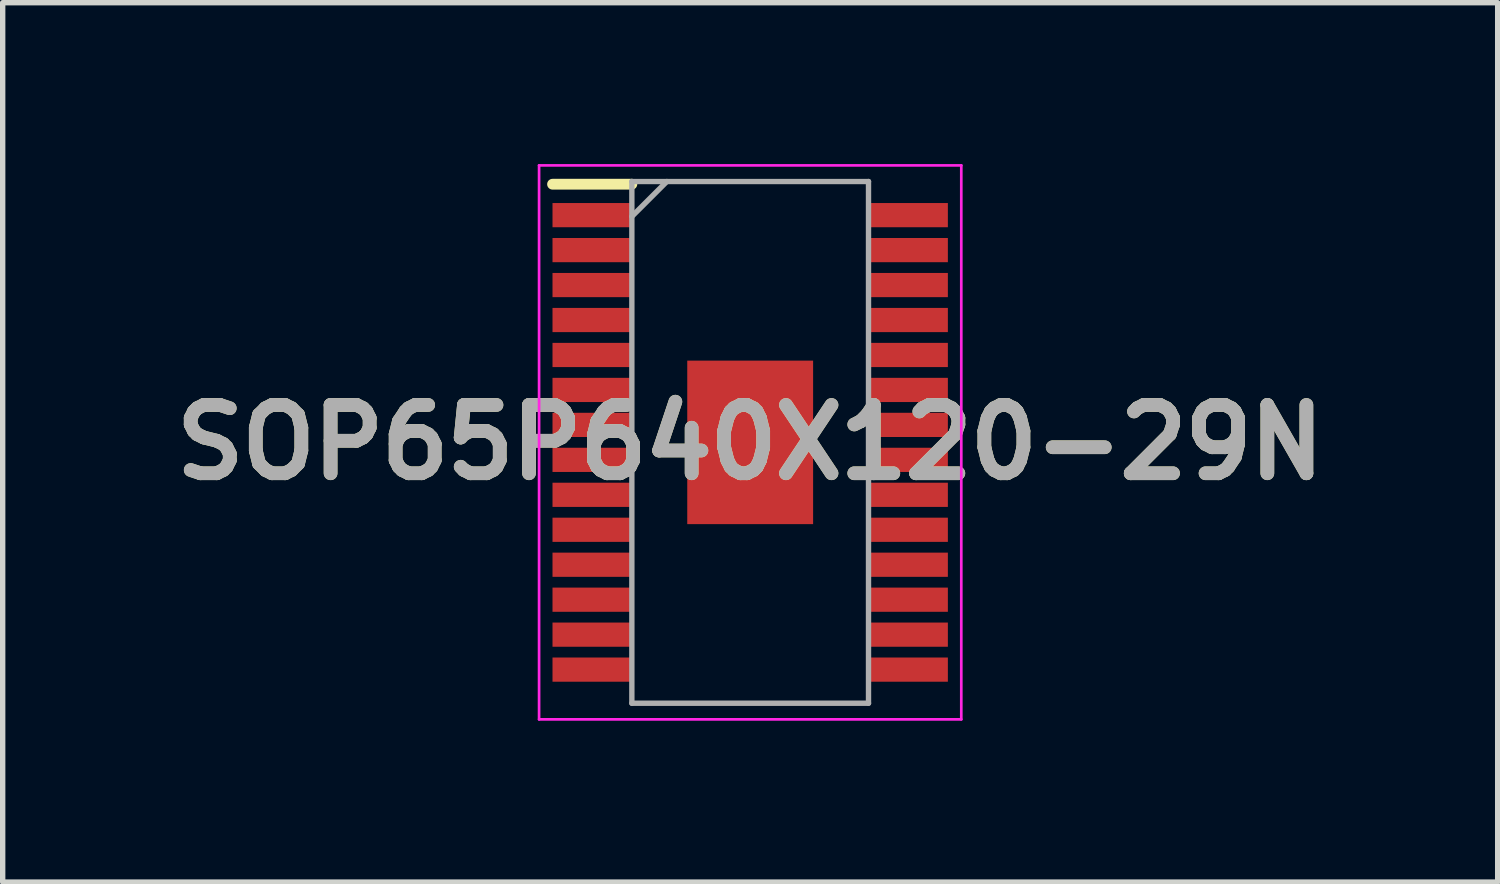
<source format=kicad_pcb>
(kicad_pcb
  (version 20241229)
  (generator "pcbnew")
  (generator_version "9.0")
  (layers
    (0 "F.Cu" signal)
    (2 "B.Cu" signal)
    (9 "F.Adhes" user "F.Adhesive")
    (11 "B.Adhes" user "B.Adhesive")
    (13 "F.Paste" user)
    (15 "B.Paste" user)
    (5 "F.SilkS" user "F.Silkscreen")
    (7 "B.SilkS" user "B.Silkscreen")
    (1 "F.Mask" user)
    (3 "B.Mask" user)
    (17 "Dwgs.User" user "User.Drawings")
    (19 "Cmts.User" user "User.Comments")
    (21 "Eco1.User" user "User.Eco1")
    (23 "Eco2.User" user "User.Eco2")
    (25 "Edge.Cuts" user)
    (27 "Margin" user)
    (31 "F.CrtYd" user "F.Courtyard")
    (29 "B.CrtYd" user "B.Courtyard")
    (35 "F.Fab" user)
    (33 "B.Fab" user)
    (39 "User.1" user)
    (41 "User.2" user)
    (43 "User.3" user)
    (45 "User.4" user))
  (footprint "SOP65P640X120-29N"
    (layer "F.Cu")
    (at 10.898 5.175)
    (property "Reference" "SOP65P640X120-29N" (at 0 0 0) (layer "F.SilkS") (effects (font (size 1.27 1.27) (thickness 0.254))))
    (attr smd)
    (fp_line (start -3.675 -4.8) (end -2.2 -4.8) (stroke (width 0.2) (type solid)) (layer "F.SilkS"))
    (fp_line (start -3.925 -5.15) (end 3.925 -5.15) (stroke (width 0.05) (type solid)) (layer "F.CrtYd"))
    (fp_line (start -3.925 5.15) (end -3.925 -5.15) (stroke (width 0.05) (type solid)) (layer "F.CrtYd"))
    (fp_line (start 3.925 -5.15) (end 3.925 5.15) (stroke (width 0.05) (type solid)) (layer "F.CrtYd"))
    (fp_line (start 3.925 5.15) (end -3.925 5.15) (stroke (width 0.05) (type solid)) (layer "F.CrtYd"))
    (fp_line (start -2.2 -4.85) (end 2.2 -4.85) (stroke (width 0.1) (type solid)) (layer "F.Fab"))
    (fp_line (start -2.2 -4.2) (end -1.55 -4.85) (stroke (width 0.1) (type solid)) (layer "F.Fab"))
    (fp_line (start -2.2 4.85) (end -2.2 -4.85) (stroke (width 0.1) (type solid)) (layer "F.Fab"))
    (fp_line (start 2.2 -4.85) (end 2.2 4.85) (stroke (width 0.1) (type solid)) (layer "F.Fab"))
    (fp_line (start 2.2 4.85) (end -2.2 4.85) (stroke (width 0.1) (type solid)) (layer "F.Fab"))
    (fp_text user "${REFERENCE}" (at 0 0 0) (layer "F.Fab") (effects (font (size 1.27 1.27) (thickness 0.254))))
    (pad "1" smd rect (at -2.938 -4.225 90) (size 0.45 1.475) (layers "F.Cu" "F.Mask" "F.Paste"))
    (pad "2" smd rect (at -2.938 -3.575 90) (size 0.45 1.475) (layers "F.Cu" "F.Mask" "F.Paste"))
    (pad "3" smd rect (at -2.938 -2.925 90) (size 0.45 1.475) (layers "F.Cu" "F.Mask" "F.Paste"))
    (pad "4" smd rect (at -2.938 -2.275 90) (size 0.45 1.475) (layers "F.Cu" "F.Mask" "F.Paste"))
    (pad "5" smd rect (at -2.938 -1.625 90) (size 0.45 1.475) (layers "F.Cu" "F.Mask" "F.Paste"))
    (pad "6" smd rect (at -2.938 -0.975 90) (size 0.45 1.475) (layers "F.Cu" "F.Mask" "F.Paste"))
    (pad "7" smd rect (at -2.938 -0.325 90) (size 0.45 1.475) (layers "F.Cu" "F.Mask" "F.Paste"))
    (pad "8" smd rect (at -2.938 0.325 90) (size 0.45 1.475) (layers "F.Cu" "F.Mask" "F.Paste"))
    (pad "9" smd rect (at -2.938 0.975 90) (size 0.45 1.475) (layers "F.Cu" "F.Mask" "F.Paste"))
    (pad "10" smd rect (at -2.938 1.625 90) (size 0.45 1.475) (layers "F.Cu" "F.Mask" "F.Paste"))
    (pad "11" smd rect (at -2.938 2.275 90) (size 0.45 1.475) (layers "F.Cu" "F.Mask" "F.Paste"))
    (pad "12" smd rect (at -2.938 2.925 90) (size 0.45 1.475) (layers "F.Cu" "F.Mask" "F.Paste"))
    (pad "13" smd rect (at -2.938 3.575 90) (size 0.45 1.475) (layers "F.Cu" "F.Mask" "F.Paste"))
    (pad "14" smd rect (at -2.938 4.225 90) (size 0.45 1.475) (layers "F.Cu" "F.Mask" "F.Paste"))
    (pad "15" smd rect (at 2.938 4.225 90) (size 0.45 1.475) (layers "F.Cu" "F.Mask" "F.Paste"))
    (pad "16" smd rect (at 2.938 3.575 90) (size 0.45 1.475) (layers "F.Cu" "F.Mask" "F.Paste"))
    (pad "17" smd rect (at 2.938 2.925 90) (size 0.45 1.475) (layers "F.Cu" "F.Mask" "F.Paste"))
    (pad "18" smd rect (at 2.938 2.275 90) (size 0.45 1.475) (layers "F.Cu" "F.Mask" "F.Paste"))
    (pad "19" smd rect (at 2.938 1.625 90) (size 0.45 1.475) (layers "F.Cu" "F.Mask" "F.Paste"))
    (pad "20" smd rect (at 2.938 0.975 90) (size 0.45 1.475) (layers "F.Cu" "F.Mask" "F.Paste"))
    (pad "21" smd rect (at 2.938 0.325 90) (size 0.45 1.475) (layers "F.Cu" "F.Mask" "F.Paste"))
    (pad "22" smd rect (at 2.938 -0.325 90) (size 0.45 1.475) (layers "F.Cu" "F.Mask" "F.Paste"))
    (pad "23" smd rect (at 2.938 -0.975 90) (size 0.45 1.475) (layers "F.Cu" "F.Mask" "F.Paste"))
    (pad "24" smd rect (at 2.938 -1.625 90) (size 0.45 1.475) (layers "F.Cu" "F.Mask" "F.Paste"))
    (pad "25" smd rect (at 2.938 -2.275 90) (size 0.45 1.475) (layers "F.Cu" "F.Mask" "F.Paste"))
    (pad "26" smd rect (at 2.938 -2.925 90) (size 0.45 1.475) (layers "F.Cu" "F.Mask" "F.Paste"))
    (pad "27" smd rect (at 2.938 -3.575 90) (size 0.45 1.475) (layers "F.Cu" "F.Mask" "F.Paste"))
    (pad "28" smd rect (at 2.938 -4.225 90) (size 0.45 1.475) (layers "F.Cu" "F.Mask" "F.Paste"))
    (pad "29" smd rect (at 0 0) (size 2.34 3.04) (layers "F.Cu" "F.Mask" "F.Paste")))
  (gr_rect
    (start -3 -3)
    (end 24.796 13.35)
    (stroke (width 0.1) (type default))
    (fill no)
    (layer "Edge.Cuts")))
</source>
